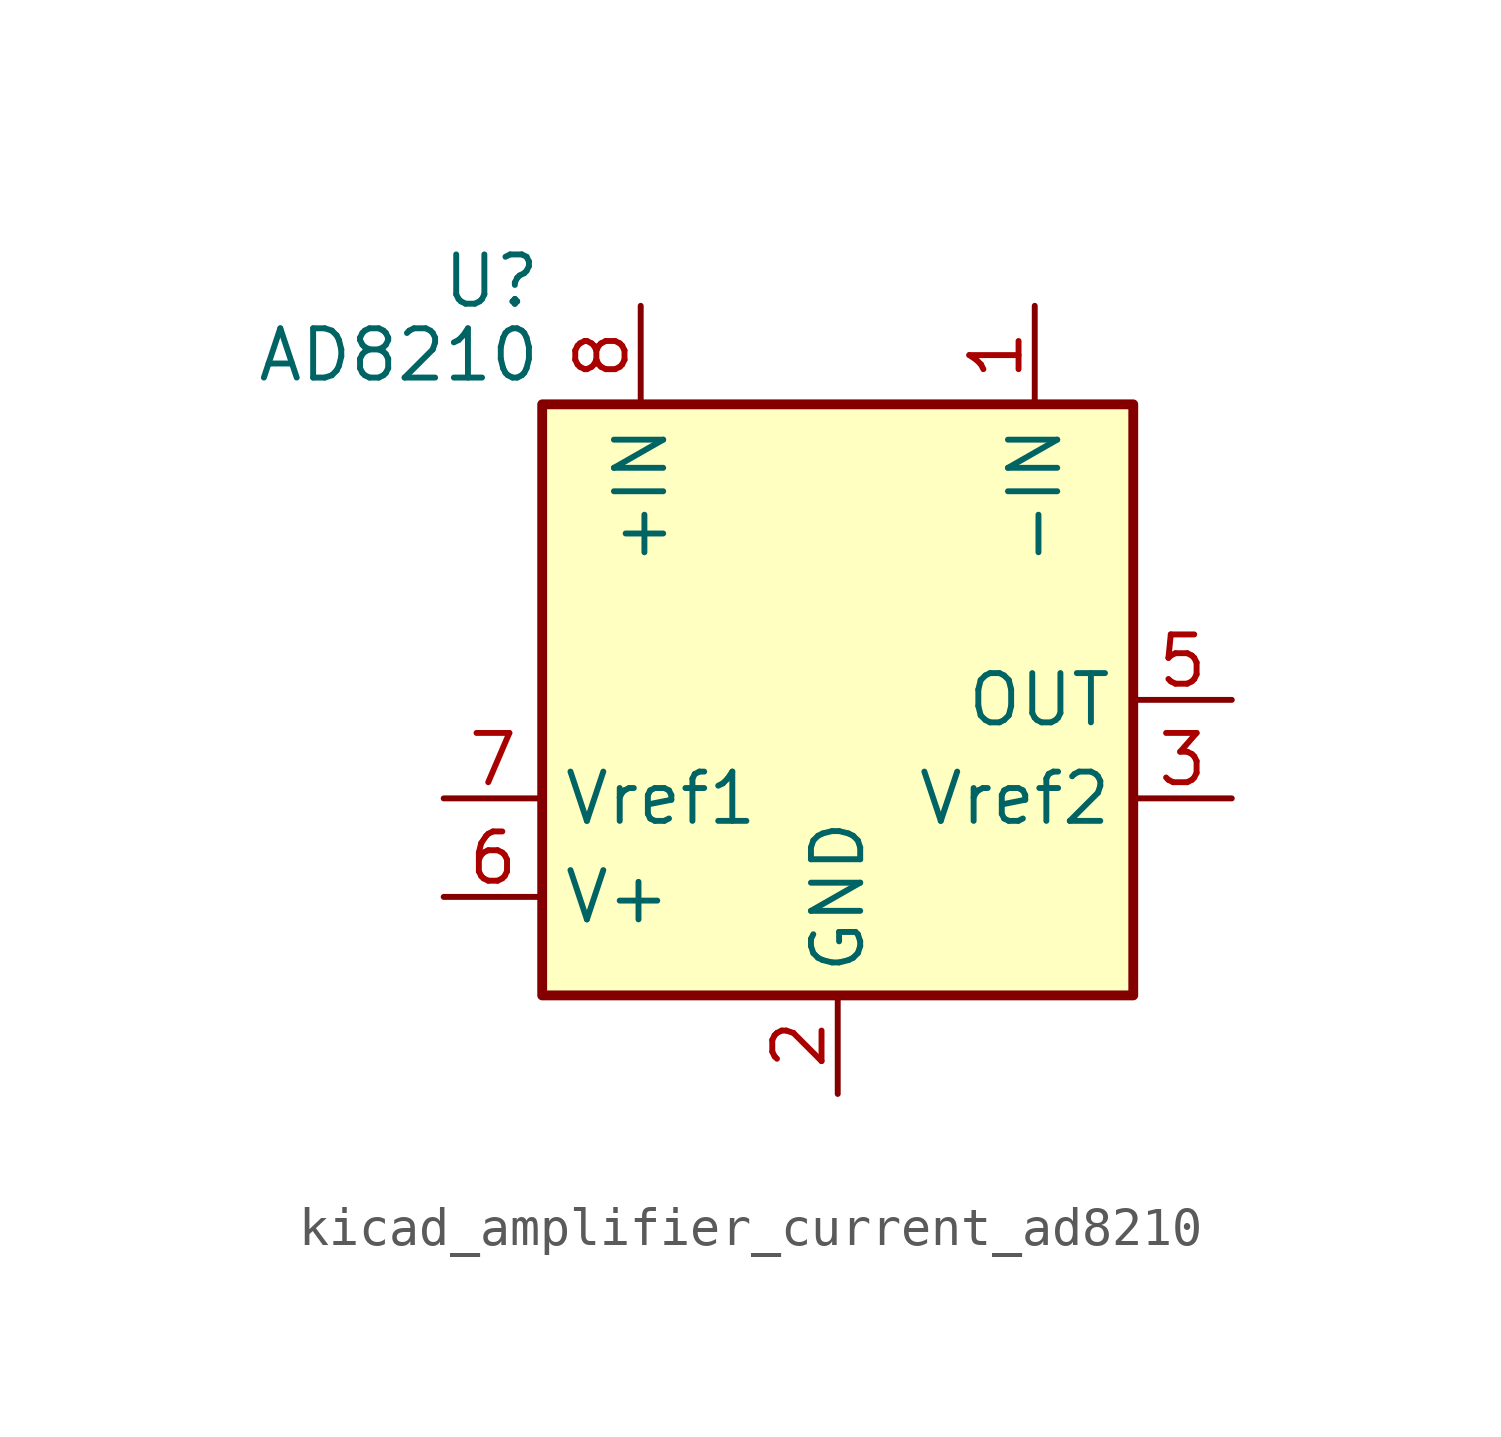
<source format=kicad_sym>
(kicad_symbol_lib
  (version 20220914)
  (generator kicad_symbol_editor)
  (symbol "kicad_amplifier_current_ad8210"
    (property "Reference" "U"
      (at -7.62 10.795 0)
      (effects (font (size 1.27 1.27)) (justify right)))
    (property "Value" "AD8210"
      (at -7.62 8.89 0)
      (effects (font (size 1.27 1.27)) (justify right)))
    (symbol "kicad_amplifier_current_ad8210_0_1"
      (rectangle (start -7.62 7.62) (end 7.62 -7.62) (stroke (width 0.254) (type default)) (fill (type background))))
    (symbol "kicad_amplifier_current_ad8210_1_1"
      (pin input line (at 5.08 10.16 270) (length 2.54) (name "-IN" (effects (font (size 1.27 1.27)))) (number "1" (effects (font (size 1.27 1.27)))))
      (pin power_in line (at 0 -10.16 90) (length 2.54) (name "GND" (effects (font (size 1.27 1.27)))) (number "2" (effects (font (size 1.27 1.27)))))
      (pin input line (at 10.16 -2.54 180) (length 2.54) (name "Vref2" (effects (font (size 1.27 1.27)))) (number "3" (effects (font (size 1.27 1.27)))))
      (pin no_connect line (at 2.54 -7.62 90) (length 2.54) hide (name "NC" (effects (font (size 1.27 1.27)))) (number "4" (effects (font (size 1.27 1.27)))))
      (pin output line (at 10.16 0 180) (length 2.54) (name "OUT" (effects (font (size 1.27 1.27)))) (number "5" (effects (font (size 1.27 1.27)))))
      (pin power_in line (at -10.16 -5.08 0) (length 2.54) (name "V+" (effects (font (size 1.27 1.27)))) (number "6" (effects (font (size 1.27 1.27)))))
      (pin input line (at -10.16 -2.54 0) (length 2.54) (name "Vref1" (effects (font (size 1.27 1.27)))) (number "7" (effects (font (size 1.27 1.27)))))
      (pin input line (at -5.08 10.16 270) (length 2.54) (name "+IN" (effects (font (size 1.27 1.27)))) (number "8" (effects (font (size 1.27 1.27))))))))
</source>
